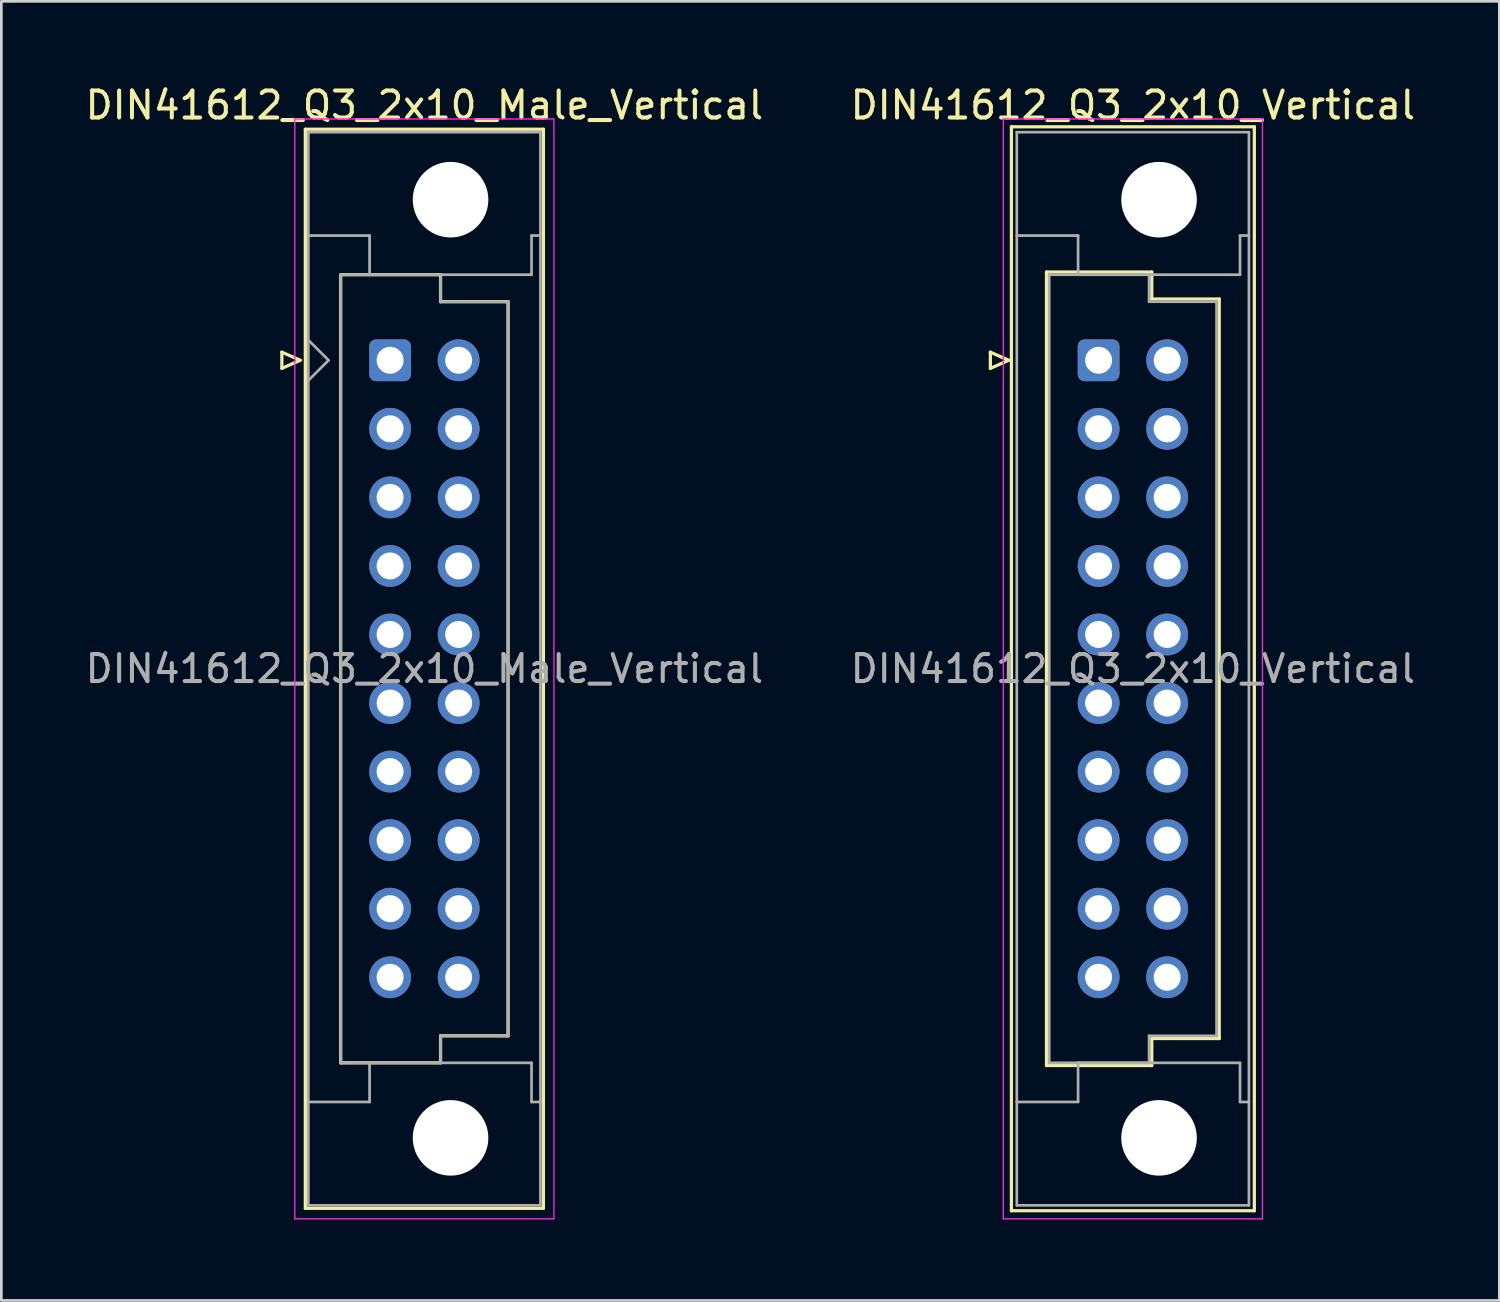
<source format=kicad_pcb>
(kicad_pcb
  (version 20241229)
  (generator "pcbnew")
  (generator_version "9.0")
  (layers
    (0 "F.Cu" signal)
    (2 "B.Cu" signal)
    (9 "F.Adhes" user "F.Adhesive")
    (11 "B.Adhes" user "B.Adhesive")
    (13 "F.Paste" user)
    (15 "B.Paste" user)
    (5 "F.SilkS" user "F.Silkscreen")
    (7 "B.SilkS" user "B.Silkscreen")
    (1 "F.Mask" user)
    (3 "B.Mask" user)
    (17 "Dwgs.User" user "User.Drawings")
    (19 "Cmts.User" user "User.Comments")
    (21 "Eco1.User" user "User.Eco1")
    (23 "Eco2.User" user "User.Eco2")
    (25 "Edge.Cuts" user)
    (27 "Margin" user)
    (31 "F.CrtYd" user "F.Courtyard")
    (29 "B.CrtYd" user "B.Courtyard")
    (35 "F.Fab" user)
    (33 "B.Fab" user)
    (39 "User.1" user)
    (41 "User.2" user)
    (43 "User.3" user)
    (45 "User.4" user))
  (footprint "DIN41612_Q3_2x10_Male_Vertical"
    (layer "F.Cu")
    (at 11.403 10.298)
    (property "Reference" "DIN41612_Q3_2x10_Male_Vertical" (at 1.27 -9.45 0) (layer "F.SilkS") (effects (font (size 1 1) (thickness 0.15))))
    (attr through_hole)
    (fp_line (start -4.01 -0.3) (end -4.01 0.3) (stroke (width 0.12) (type solid)) (layer "F.SilkS"))
    (fp_line (start -4.01 0.3) (end -3.33 0) (stroke (width 0.12) (type solid)) (layer "F.SilkS"))
    (fp_line (start -3.33 0) (end -4.01 -0.3) (stroke (width 0.12) (type solid)) (layer "F.SilkS"))
    (fp_line (start -3.14 -8.56) (end 5.68 -8.56) (stroke (width 0.12) (type solid)) (layer "F.SilkS"))
    (fp_line (start -3.14 31.42) (end -3.14 -8.56) (stroke (width 0.12) (type solid)) (layer "F.SilkS"))
    (fp_line (start -1.83 -3.17) (end 1.87 -3.17) (stroke (width 0.12) (type solid)) (layer "F.SilkS"))
    (fp_line (start -1.83 26.03) (end -1.83 -3.17) (stroke (width 0.12) (type solid)) (layer "F.SilkS"))
    (fp_line (start 1.87 -3.17) (end 1.87 -2.17) (stroke (width 0.12) (type solid)) (layer "F.SilkS"))
    (fp_line (start 1.87 -2.17) (end 4.37 -2.17) (stroke (width 0.12) (type solid)) (layer "F.SilkS"))
    (fp_line (start 1.87 25.03) (end 1.87 26.03) (stroke (width 0.12) (type solid)) (layer "F.SilkS"))
    (fp_line (start 1.87 26.03) (end -1.83 26.03) (stroke (width 0.12) (type solid)) (layer "F.SilkS"))
    (fp_line (start 4.37 -2.17) (end 4.37 25.03) (stroke (width 0.12) (type solid)) (layer "F.SilkS"))
    (fp_line (start 4.37 25.03) (end 1.87 25.03) (stroke (width 0.12) (type solid)) (layer "F.SilkS"))
    (fp_line (start 5.68 -8.56) (end 5.68 31.42) (stroke (width 0.12) (type solid)) (layer "F.SilkS"))
    (fp_line (start 5.68 31.42) (end -3.14 31.42) (stroke (width 0.12) (type solid)) (layer "F.SilkS"))
    (fp_line (start -3.53 -8.94) (end 6.07 -8.94) (stroke (width 0.05) (type solid)) (layer "F.CrtYd"))
    (fp_line (start -3.53 31.81) (end -3.53 -8.94) (stroke (width 0.05) (type solid)) (layer "F.CrtYd"))
    (fp_line (start 6.07 -8.94) (end 6.07 31.81) (stroke (width 0.05) (type solid)) (layer "F.CrtYd"))
    (fp_line (start 6.07 31.81) (end -3.53 31.81) (stroke (width 0.05) (type solid)) (layer "F.CrtYd"))
    (fp_line (start -3.03 -8.45) (end 5.57 -8.45) (stroke (width 0.1) (type solid)) (layer "F.Fab"))
    (fp_line (start -3.03 -4.62) (end -0.76 -4.62) (stroke (width 0.1) (type solid)) (layer "F.Fab"))
    (fp_line (start -3.03 -0.75) (end -2.28 0) (stroke (width 0.1) (type solid)) (layer "F.Fab"))
    (fp_line (start -3.03 27.48) (end -0.76 27.48) (stroke (width 0.1) (type solid)) (layer "F.Fab"))
    (fp_line (start -3.03 31.31) (end -3.03 -8.45) (stroke (width 0.1) (type solid)) (layer "F.Fab"))
    (fp_line (start -2.28 0) (end -3.03 0.75) (stroke (width 0.1) (type solid)) (layer "F.Fab"))
    (fp_line (start -1.83 -3.17) (end 1.87 -3.17) (stroke (width 0.1) (type solid)) (layer "F.Fab"))
    (fp_line (start -1.83 26.03) (end -1.83 -3.17) (stroke (width 0.1) (type solid)) (layer "F.Fab"))
    (fp_line (start -0.76 -4.62) (end -0.76 -3.17) (stroke (width 0.1) (type solid)) (layer "F.Fab"))
    (fp_line (start -0.76 27.48) (end -0.76 26.03) (stroke (width 0.1) (type solid)) (layer "F.Fab"))
    (fp_line (start 1.87 -3.17) (end 1.87 -2.17) (stroke (width 0.1) (type solid)) (layer "F.Fab"))
    (fp_line (start 1.87 -3.17) (end 5.24 -3.17) (stroke (width 0.1) (type solid)) (layer "F.Fab"))
    (fp_line (start 1.87 -2.17) (end 4.37 -2.17) (stroke (width 0.1) (type solid)) (layer "F.Fab"))
    (fp_line (start 1.87 25.03) (end 1.87 26.03) (stroke (width 0.1) (type solid)) (layer "F.Fab"))
    (fp_line (start 1.87 26.03) (end -1.83 26.03) (stroke (width 0.1) (type solid)) (layer "F.Fab"))
    (fp_line (start 1.87 26.03) (end 5.24 26.03) (stroke (width 0.1) (type solid)) (layer "F.Fab"))
    (fp_line (start 4.37 -2.17) (end 4.37 25.03) (stroke (width 0.1) (type solid)) (layer "F.Fab"))
    (fp_line (start 4.37 25.03) (end 1.87 25.03) (stroke (width 0.1) (type solid)) (layer "F.Fab"))
    (fp_line (start 5.24 -4.62) (end 5.57 -4.62) (stroke (width 0.1) (type solid)) (layer "F.Fab"))
    (fp_line (start 5.24 -3.17) (end 5.24 -4.62) (stroke (width 0.1) (type solid)) (layer "F.Fab"))
    (fp_line (start 5.24 26.03) (end 5.24 27.48) (stroke (width 0.1) (type solid)) (layer "F.Fab"))
    (fp_line (start 5.24 27.48) (end 5.57 27.48) (stroke (width 0.1) (type solid)) (layer "F.Fab"))
    (fp_line (start 5.57 -8.45) (end 5.57 31.31) (stroke (width 0.1) (type solid)) (layer "F.Fab"))
    (fp_line (start 5.57 31.31) (end -3.03 31.31) (stroke (width 0.1) (type solid)) (layer "F.Fab"))
    (fp_text user "${REFERENCE}" (at 1.27 11.43 0) (layer "F.Fab") (effects (font (size 1 1) (thickness 0.15))))
    (pad "" np_thru_hole circle (at 2.24 -5.95) (size 2.8 2.8) (drill 2.8) (layers "*.Cu" "*.Mask"))
    (pad "" np_thru_hole circle (at 2.24 28.81) (size 2.8 2.8) (drill 2.8) (layers "*.Cu" "*.Mask"))
    (pad "a1" thru_hole roundrect (at 0 0) (size 1.55 1.55) (drill 1) (layers "*.Cu" "*.Mask") (roundrect_rratio 0.161))
    (pad "a2" thru_hole circle (at 0 2.54) (size 1.55 1.55) (drill 1) (layers "*.Cu" "*.Mask"))
    (pad "a3" thru_hole circle (at 0 5.08) (size 1.55 1.55) (drill 1) (layers "*.Cu" "*.Mask"))
    (pad "a4" thru_hole circle (at 0 7.62) (size 1.55 1.55) (drill 1) (layers "*.Cu" "*.Mask"))
    (pad "a5" thru_hole circle (at 0 10.16) (size 1.55 1.55) (drill 1) (layers "*.Cu" "*.Mask"))
    (pad "a6" thru_hole circle (at 0 12.7) (size 1.55 1.55) (drill 1) (layers "*.Cu" "*.Mask"))
    (pad "a7" thru_hole circle (at 0 15.24) (size 1.55 1.55) (drill 1) (layers "*.Cu" "*.Mask"))
    (pad "a8" thru_hole circle (at 0 17.78) (size 1.55 1.55) (drill 1) (layers "*.Cu" "*.Mask"))
    (pad "a9" thru_hole circle (at 0 20.32) (size 1.55 1.55) (drill 1) (layers "*.Cu" "*.Mask"))
    (pad "a10" thru_hole circle (at 0 22.86) (size 1.55 1.55) (drill 1) (layers "*.Cu" "*.Mask"))
    (pad "b1" thru_hole circle (at 2.54 0) (size 1.55 1.55) (drill 1) (layers "*.Cu" "*.Mask"))
    (pad "b2" thru_hole circle (at 2.54 2.54) (size 1.55 1.55) (drill 1) (layers "*.Cu" "*.Mask"))
    (pad "b3" thru_hole circle (at 2.54 5.08) (size 1.55 1.55) (drill 1) (layers "*.Cu" "*.Mask"))
    (pad "b4" thru_hole circle (at 2.54 7.62) (size 1.55 1.55) (drill 1) (layers "*.Cu" "*.Mask"))
    (pad "b5" thru_hole circle (at 2.54 10.16) (size 1.55 1.55) (drill 1) (layers "*.Cu" "*.Mask"))
    (pad "b6" thru_hole circle (at 2.54 12.7) (size 1.55 1.55) (drill 1) (layers "*.Cu" "*.Mask"))
    (pad "b7" thru_hole circle (at 2.54 15.24) (size 1.55 1.55) (drill 1) (layers "*.Cu" "*.Mask"))
    (pad "b8" thru_hole circle (at 2.54 17.78) (size 1.55 1.55) (drill 1) (layers "*.Cu" "*.Mask"))
    (pad "b9" thru_hole circle (at 2.54 20.32) (size 1.55 1.55) (drill 1) (layers "*.Cu" "*.Mask"))
    (pad "b10" thru_hole circle (at 2.54 22.86) (size 1.55 1.55) (drill 1) (layers "*.Cu" "*.Mask")))
  (footprint "DIN41612_Q3_2x10_Vertical"
    (layer "F.Cu")
    (at 37.653 10.298)
    (property "Reference" "DIN41612_Q3_2x10_Vertical" (at 1.27 -9.45 0) (layer "F.SilkS") (effects (font (size 1 1) (thickness 0.15))))
    (attr through_hole)
    (fp_line (start -4.01 -0.3) (end -4.01 0.3) (stroke (width 0.12) (type solid)) (layer "F.SilkS"))
    (fp_line (start -4.01 0.3) (end -3.33 0) (stroke (width 0.12) (type solid)) (layer "F.SilkS"))
    (fp_line (start -3.33 0) (end -4.01 -0.3) (stroke (width 0.12) (type solid)) (layer "F.SilkS"))
    (fp_line (start -3.23 -8.65) (end 5.77 -8.65) (stroke (width 0.12) (type solid)) (layer "F.SilkS"))
    (fp_line (start -3.23 31.51) (end -3.23 -8.65) (stroke (width 0.12) (type solid)) (layer "F.SilkS"))
    (fp_line (start -1.93 -3.27) (end 1.97 -3.27) (stroke (width 0.12) (type solid)) (layer "F.SilkS"))
    (fp_line (start -1.93 26.13) (end -1.93 -3.27) (stroke (width 0.12) (type solid)) (layer "F.SilkS"))
    (fp_line (start 1.97 -3.27) (end 1.97 -2.27) (stroke (width 0.12) (type solid)) (layer "F.SilkS"))
    (fp_line (start 1.97 -2.27) (end 4.47 -2.27) (stroke (width 0.12) (type solid)) (layer "F.SilkS"))
    (fp_line (start 1.97 25.13) (end 1.97 26.13) (stroke (width 0.12) (type solid)) (layer "F.SilkS"))
    (fp_line (start 1.97 26.13) (end -1.93 26.13) (stroke (width 0.12) (type solid)) (layer "F.SilkS"))
    (fp_line (start 4.47 -2.27) (end 4.47 25.13) (stroke (width 0.12) (type solid)) (layer "F.SilkS"))
    (fp_line (start 4.47 25.13) (end 1.97 25.13) (stroke (width 0.12) (type solid)) (layer "F.SilkS"))
    (fp_line (start 5.77 -8.65) (end 5.77 31.51) (stroke (width 0.12) (type solid)) (layer "F.SilkS"))
    (fp_line (start 5.77 31.51) (end -3.23 31.51) (stroke (width 0.12) (type solid)) (layer "F.SilkS"))
    (fp_line (start -3.53 -8.94) (end 6.07 -8.94) (stroke (width 0.05) (type solid)) (layer "F.CrtYd"))
    (fp_line (start -3.53 31.81) (end -3.53 -8.94) (stroke (width 0.05) (type solid)) (layer "F.CrtYd"))
    (fp_line (start 6.07 -8.94) (end 6.07 31.81) (stroke (width 0.05) (type solid)) (layer "F.CrtYd"))
    (fp_line (start 6.07 31.81) (end -3.53 31.81) (stroke (width 0.05) (type solid)) (layer "F.CrtYd"))
    (fp_line (start -3.03 -8.45) (end 5.57 -8.45) (stroke (width 0.1) (type solid)) (layer "F.Fab"))
    (fp_line (start -3.03 -4.62) (end -0.76 -4.62) (stroke (width 0.1) (type solid)) (layer "F.Fab"))
    (fp_line (start -3.03 27.48) (end -0.76 27.48) (stroke (width 0.1) (type solid)) (layer "F.Fab"))
    (fp_line (start -3.03 31.31) (end -3.03 -8.45) (stroke (width 0.1) (type solid)) (layer "F.Fab"))
    (fp_line (start -1.83 -3.17) (end 1.87 -3.17) (stroke (width 0.1) (type solid)) (layer "F.Fab"))
    (fp_line (start -1.83 26.03) (end -1.83 -3.17) (stroke (width 0.1) (type solid)) (layer "F.Fab"))
    (fp_line (start -0.76 -4.62) (end -0.76 -3.17) (stroke (width 0.1) (type solid)) (layer "F.Fab"))
    (fp_line (start -0.76 -3.17) (end 5.24 -3.17) (stroke (width 0.1) (type solid)) (layer "F.Fab"))
    (fp_line (start -0.76 26.03) (end 5.24 26.03) (stroke (width 0.1) (type solid)) (layer "F.Fab"))
    (fp_line (start -0.76 27.48) (end -0.76 26.03) (stroke (width 0.1) (type solid)) (layer "F.Fab"))
    (fp_line (start 1.87 -3.17) (end 1.87 -2.17) (stroke (width 0.1) (type solid)) (layer "F.Fab"))
    (fp_line (start 1.87 -2.17) (end 4.37 -2.17) (stroke (width 0.1) (type solid)) (layer "F.Fab"))
    (fp_line (start 1.87 25.03) (end 1.87 26.03) (stroke (width 0.1) (type solid)) (layer "F.Fab"))
    (fp_line (start 1.87 26.03) (end -1.83 26.03) (stroke (width 0.1) (type solid)) (layer "F.Fab"))
    (fp_line (start 4.37 -2.17) (end 4.37 25.03) (stroke (width 0.1) (type solid)) (layer "F.Fab"))
    (fp_line (start 4.37 25.03) (end 1.87 25.03) (stroke (width 0.1) (type solid)) (layer "F.Fab"))
    (fp_line (start 5.24 -4.62) (end 5.57 -4.62) (stroke (width 0.1) (type solid)) (layer "F.Fab"))
    (fp_line (start 5.24 -3.17) (end 5.24 -4.62) (stroke (width 0.1) (type solid)) (layer "F.Fab"))
    (fp_line (start 5.24 26.03) (end 5.24 27.48) (stroke (width 0.1) (type solid)) (layer "F.Fab"))
    (fp_line (start 5.24 27.48) (end 5.57 27.48) (stroke (width 0.1) (type solid)) (layer "F.Fab"))
    (fp_line (start 5.57 -8.45) (end 5.57 31.31) (stroke (width 0.1) (type solid)) (layer "F.Fab"))
    (fp_line (start 5.57 31.31) (end -3.03 31.31) (stroke (width 0.1) (type solid)) (layer "F.Fab"))
    (fp_text user "${REFERENCE}" (at 1.27 11.43 0) (layer "F.Fab") (effects (font (size 1 1) (thickness 0.15))))
    (pad "" np_thru_hole circle (at 2.24 -5.95) (size 2.8 2.8) (drill 2.8) (layers "*.Cu" "*.Mask"))
    (pad "" np_thru_hole circle (at 2.24 28.81) (size 2.8 2.8) (drill 2.8) (layers "*.Cu" "*.Mask"))
    (pad "a1" thru_hole roundrect (at 0 0) (size 1.55 1.55) (drill 1) (layers "*.Cu" "*.Mask") (roundrect_rratio 0.161))
    (pad "a2" thru_hole circle (at 0 2.54) (size 1.55 1.55) (drill 1) (layers "*.Cu" "*.Mask"))
    (pad "a3" thru_hole circle (at 0 5.08) (size 1.55 1.55) (drill 1) (layers "*.Cu" "*.Mask"))
    (pad "a4" thru_hole circle (at 0 7.62) (size 1.55 1.55) (drill 1) (layers "*.Cu" "*.Mask"))
    (pad "a5" thru_hole circle (at 0 10.16) (size 1.55 1.55) (drill 1) (layers "*.Cu" "*.Mask"))
    (pad "a6" thru_hole circle (at 0 12.7) (size 1.55 1.55) (drill 1) (layers "*.Cu" "*.Mask"))
    (pad "a7" thru_hole circle (at 0 15.24) (size 1.55 1.55) (drill 1) (layers "*.Cu" "*.Mask"))
    (pad "a8" thru_hole circle (at 0 17.78) (size 1.55 1.55) (drill 1) (layers "*.Cu" "*.Mask"))
    (pad "a9" thru_hole circle (at 0 20.32) (size 1.55 1.55) (drill 1) (layers "*.Cu" "*.Mask"))
    (pad "a10" thru_hole circle (at 0 22.86) (size 1.55 1.55) (drill 1) (layers "*.Cu" "*.Mask"))
    (pad "b1" thru_hole circle (at 2.54 0) (size 1.55 1.55) (drill 1) (layers "*.Cu" "*.Mask"))
    (pad "b2" thru_hole circle (at 2.54 2.54) (size 1.55 1.55) (drill 1) (layers "*.Cu" "*.Mask"))
    (pad "b3" thru_hole circle (at 2.54 5.08) (size 1.55 1.55) (drill 1) (layers "*.Cu" "*.Mask"))
    (pad "b4" thru_hole circle (at 2.54 7.62) (size 1.55 1.55) (drill 1) (layers "*.Cu" "*.Mask"))
    (pad "b5" thru_hole circle (at 2.54 10.16) (size 1.55 1.55) (drill 1) (layers "*.Cu" "*.Mask"))
    (pad "b6" thru_hole circle (at 2.54 12.7) (size 1.55 1.55) (drill 1) (layers "*.Cu" "*.Mask"))
    (pad "b7" thru_hole circle (at 2.54 15.24) (size 1.55 1.55) (drill 1) (layers "*.Cu" "*.Mask"))
    (pad "b8" thru_hole circle (at 2.54 17.78) (size 1.55 1.55) (drill 1) (layers "*.Cu" "*.Mask"))
    (pad "b9" thru_hole circle (at 2.54 20.32) (size 1.55 1.55) (drill 1) (layers "*.Cu" "*.Mask"))
    (pad "b10" thru_hole circle (at 2.54 22.86) (size 1.55 1.55) (drill 1) (layers "*.Cu" "*.Mask")))
  (gr_rect
    (start -3 -3)
    (end 52.5 45.133)
    (stroke (width 0.1) (type default))
    (fill no)
    (layer "Edge.Cuts")))
</source>
